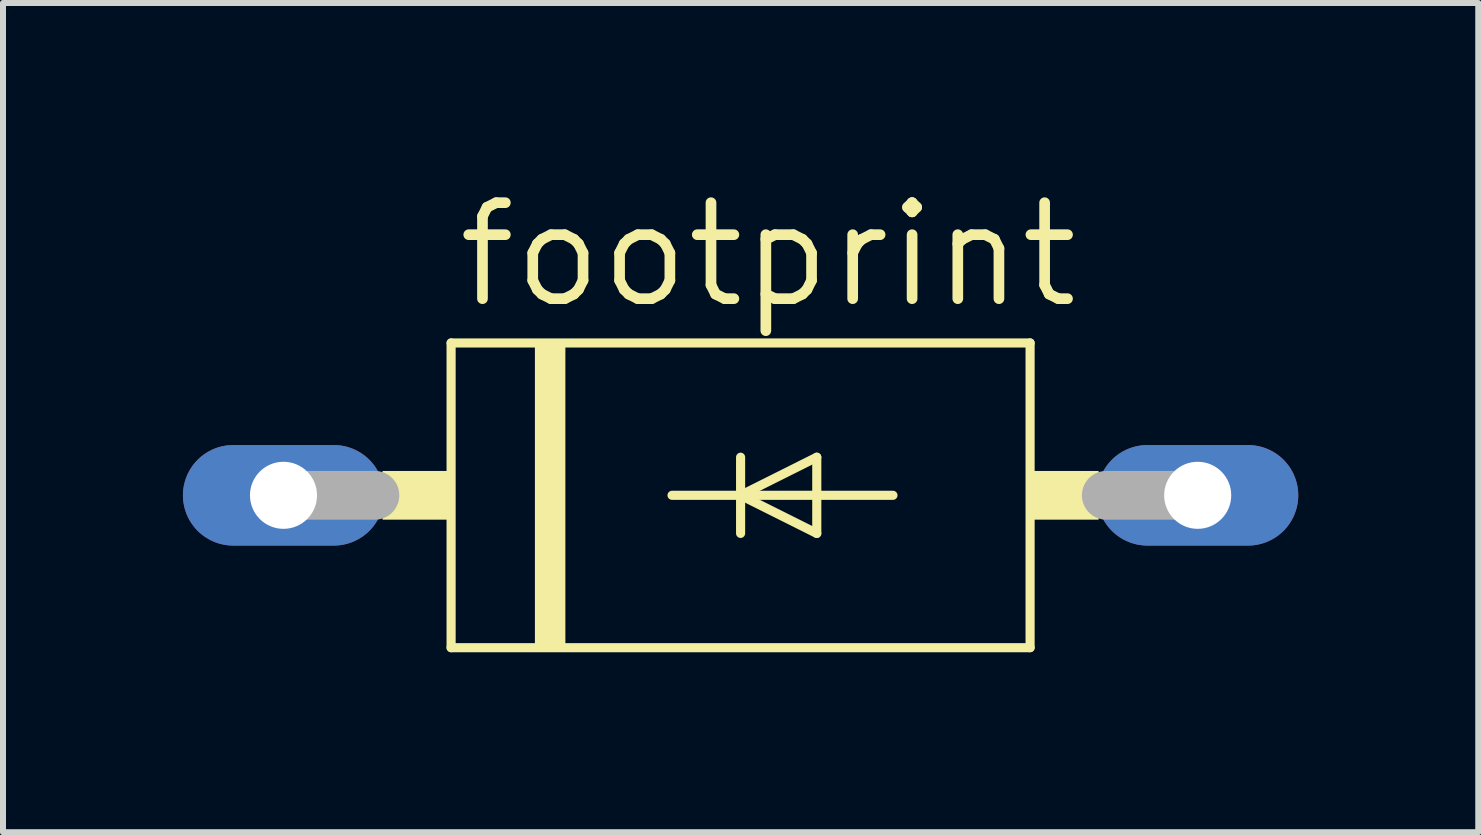
<source format=kicad_pcb>
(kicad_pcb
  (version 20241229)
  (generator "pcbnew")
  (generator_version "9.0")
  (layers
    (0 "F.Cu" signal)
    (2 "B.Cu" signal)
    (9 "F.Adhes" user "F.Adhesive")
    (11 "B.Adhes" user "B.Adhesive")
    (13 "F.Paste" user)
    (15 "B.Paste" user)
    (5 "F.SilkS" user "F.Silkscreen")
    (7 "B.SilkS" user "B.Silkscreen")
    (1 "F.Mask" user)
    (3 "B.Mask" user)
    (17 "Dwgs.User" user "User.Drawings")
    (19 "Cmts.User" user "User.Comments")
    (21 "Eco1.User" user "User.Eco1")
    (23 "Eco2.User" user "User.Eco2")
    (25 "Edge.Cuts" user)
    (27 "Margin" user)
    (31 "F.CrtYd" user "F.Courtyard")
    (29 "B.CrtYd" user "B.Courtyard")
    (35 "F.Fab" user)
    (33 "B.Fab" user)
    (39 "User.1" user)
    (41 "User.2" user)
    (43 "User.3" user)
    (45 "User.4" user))
  (footprint "footprint"
    (layer "F.Cu")
    (at 9.296 5.207)
    (property "Reference" "footprint" (at -4.801 -3.073 0) (layer "F.SilkS") (effects (font (size 1.6 1.6) (thickness 0.178)) (justify left bottom)))
    (fp_line (start -4.826 -2.54) (end 4.826 -2.54) (stroke (width 0.152) (type solid)) (layer "F.SilkS"))
    (fp_line (start -4.826 2.54) (end -4.826 -2.54) (stroke (width 0.152) (type solid)) (layer "F.SilkS"))
    (fp_line (start -1.143 0) (end 0 0) (stroke (width 0.152) (type solid)) (layer "F.SilkS"))
    (fp_line (start 0 -0.635) (end 0 0) (stroke (width 0.152) (type solid)) (layer "F.SilkS"))
    (fp_line (start 0 0) (end 0 0.635) (stroke (width 0.152) (type solid)) (layer "F.SilkS"))
    (fp_line (start 0 0) (end 1.27 -0.635) (stroke (width 0.152) (type solid)) (layer "F.SilkS"))
    (fp_line (start 0 0) (end 2.54 0) (stroke (width 0.152) (type solid)) (layer "F.SilkS"))
    (fp_line (start 1.27 -0.635) (end 1.27 0.635) (stroke (width 0.152) (type solid)) (layer "F.SilkS"))
    (fp_line (start 1.27 0.635) (end 0 0) (stroke (width 0.152) (type solid)) (layer "F.SilkS"))
    (fp_line (start 4.826 -2.54) (end 4.826 2.54) (stroke (width 0.152) (type solid)) (layer "F.SilkS"))
    (fp_line (start 4.826 2.54) (end -4.826 2.54) (stroke (width 0.152) (type solid)) (layer "F.SilkS"))
    (fp_poly (pts (xy -5.969 0.406) (xy -4.826 0.406) (xy -4.826 -0.406) (xy -5.969 -0.406)) (stroke (width 0) (type solid)) (fill yes) (layer "F.SilkS"))
    (fp_poly (pts (xy -3.429 2.54) (xy -2.921 2.54) (xy -2.921 -2.54) (xy -3.429 -2.54)) (stroke (width 0) (type solid)) (fill yes) (layer "F.SilkS"))
    (fp_poly (pts (xy 4.826 0.406) (xy 5.969 0.406) (xy 5.969 -0.406) (xy 4.826 -0.406)) (stroke (width 0) (type solid)) (fill yes) (layer "F.SilkS"))
    (fp_line (start -7.62 0) (end -6.096 0) (stroke (width 0.813) (type solid)) (layer "F.Fab"))
    (fp_line (start 7.62 0) (end 6.096 0) (stroke (width 0.813) (type solid)) (layer "F.Fab"))
    (pad "A" thru_hole oval (at 7.62 0) (size 3.353 1.676) (drill 1.118) (layers "*.Cu" "*.Mask"))
    (pad "C" thru_hole oval (at -7.62 0) (size 3.353 1.676) (drill 1.118) (layers "*.Cu" "*.Mask")))
  (gr_rect
    (start -3 -3)
    (end 21.593 10.823)
    (stroke (width 0.1) (type default))
    (fill no)
    (layer "Edge.Cuts")))
</source>
